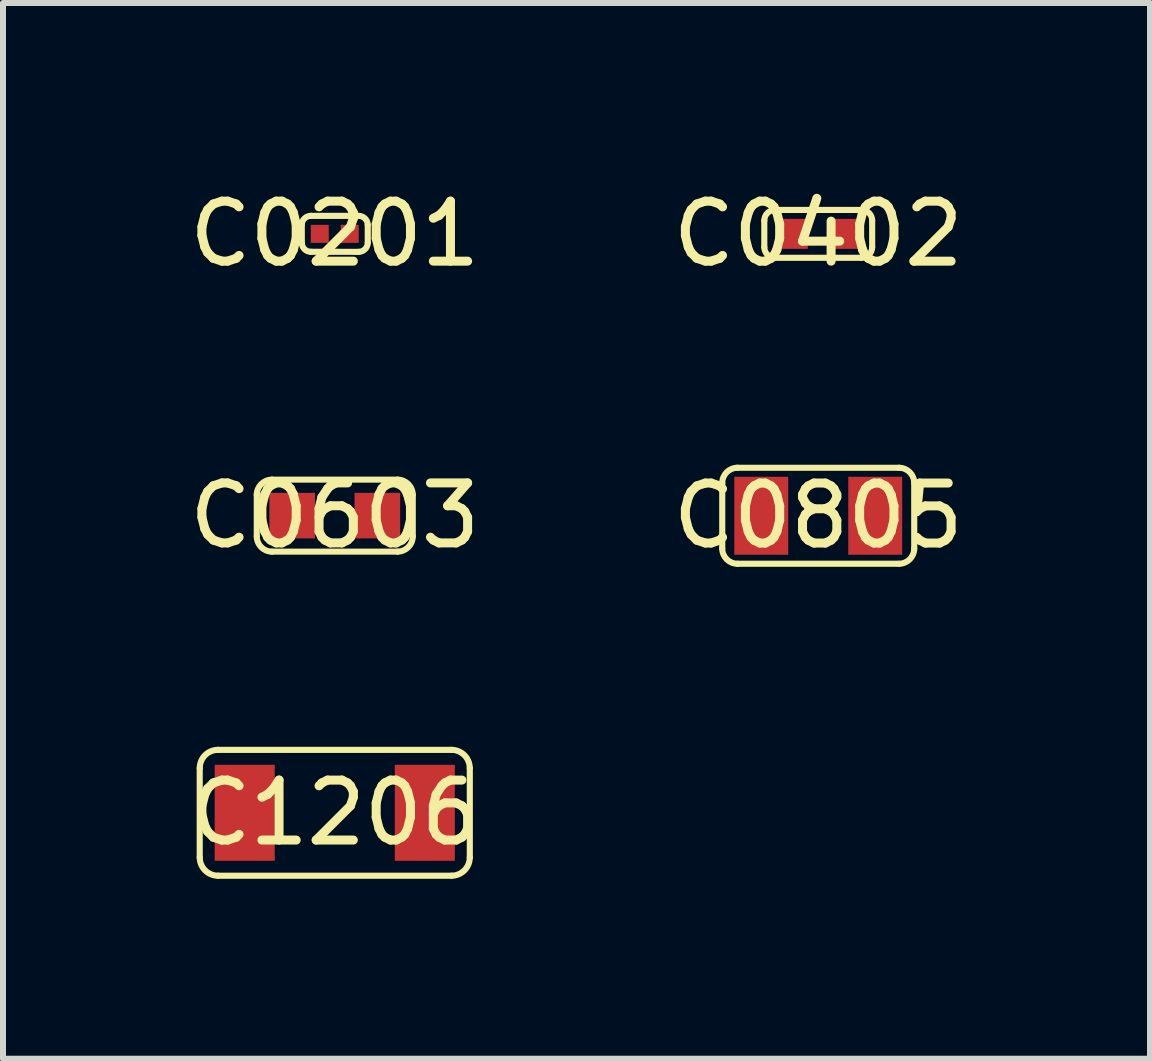
<source format=kicad_pcb>
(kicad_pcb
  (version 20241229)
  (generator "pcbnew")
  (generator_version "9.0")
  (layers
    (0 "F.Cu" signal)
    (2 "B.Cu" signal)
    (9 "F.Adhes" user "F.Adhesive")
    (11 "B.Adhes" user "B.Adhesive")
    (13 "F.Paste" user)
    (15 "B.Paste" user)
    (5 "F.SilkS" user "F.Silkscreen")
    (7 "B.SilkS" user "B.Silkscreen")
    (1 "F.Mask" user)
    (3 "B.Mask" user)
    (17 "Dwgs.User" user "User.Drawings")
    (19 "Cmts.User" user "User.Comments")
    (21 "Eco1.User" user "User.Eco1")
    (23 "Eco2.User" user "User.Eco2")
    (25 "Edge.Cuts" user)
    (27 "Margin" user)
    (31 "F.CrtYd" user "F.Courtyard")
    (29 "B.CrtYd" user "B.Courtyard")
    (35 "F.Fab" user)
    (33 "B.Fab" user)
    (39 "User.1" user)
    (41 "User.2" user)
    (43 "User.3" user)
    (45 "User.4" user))
  (footprint "C1206"
    (layer "F.Cu")
    (at 2.53 10.498)
    (property "Reference" "C1206" (at 0 0 0) (layer "F.SilkS") (effects (font (size 1 1) (thickness 0.15))))
    (fp_line (start -2.251 0.744) (end -2.251 -0.744) (stroke (width 0.102) (type default)) (layer "F.SilkS"))
    (fp_line (start -1.946 -1.049) (end 1.946 -1.049) (stroke (width 0.102) (type default)) (layer "F.SilkS"))
    (fp_line (start -1.946 1.049) (end 1.946 1.049) (stroke (width 0.102) (type default)) (layer "F.SilkS"))
    (fp_line (start 2.251 0.744) (end 2.251 -0.744) (stroke (width 0.102) (type default)) (layer "F.SilkS"))
    (fp_arc (start -2.2505 -0.744) (mid -2.161314 -0.959814) (end -1.9455 -1.049) (stroke (width 0.1015) (type default)) (layer "F.SilkS"))
    (fp_arc (start -1.9455 1.049) (mid -2.161314 0.959814) (end -2.2505 0.744) (stroke (width 0.1015) (type default)) (layer "F.SilkS"))
    (fp_arc (start 1.9455 -1.049) (mid 2.161314 -0.959814) (end 2.2505 -0.744) (stroke (width 0.1015) (type default)) (layer "F.SilkS"))
    (fp_arc (start 2.2505 0.744) (mid 2.161314 0.959814) (end 1.9455 1.049) (stroke (width 0.1015) (type default)) (layer "F.SilkS"))
    (fp_poly (pts (xy -2.002 0.8) (xy -2.002 -0.8) (xy -1.341 -0.8) (xy -1.001 -0.264) (xy -1.001 0.264) (xy -1.341 0.8)) (stroke (width 0) (type default)) (fill yes) (layer "F.Paste"))
    (fp_poly (pts (xy 2.002 -0.8) (xy 2.002 0.8) (xy 1.341 0.8) (xy 1.001 0.264) (xy 1.001 -0.264) (xy 1.341 -0.8)) (stroke (width 0) (type default)) (fill yes) (layer "F.Paste"))
    (fp_line (start -2.251 -1.049) (end 2.251 -1.049) (stroke (width 0.025) (type default)) (layer "User.1"))
    (fp_line (start -2.251 1.049) (end -2.251 -1.049) (stroke (width 0.025) (type default)) (layer "User.1"))
    (fp_line (start -2.251 1.049) (end 2.251 1.049) (stroke (width 0.025) (type default)) (layer "User.1"))
    (fp_line (start 2.251 1.049) (end 2.251 -1.049) (stroke (width 0.025) (type default)) (layer "User.1"))
    (fp_poly (pts (xy -2.251 1.049) (xy -2.251 -1.049) (xy 2.251 -1.049) (xy 2.251 1.049)) (stroke (width 0.1) (type default)) (fill no) (layer "User.1"))
    (fp_poly (pts (xy -2.251 1.049) (xy -2.251 -1.049) (xy 2.251 -1.049) (xy 2.251 1.049)) (stroke (width 0.1) (type default)) (fill no) (layer "User.1"))
    (pad "1" smd rect (at -1.501 0) (size 1.001 1.6) (layers "F.Cu" "F.Mask" "F.Paste"))
    (pad "2" smd rect (at 1.501 0) (size 1.001 1.6) (layers "F.Cu" "F.Mask" "F.Paste")))
  (footprint "C0603"
    (layer "F.Cu")
    (at 2.53 5.545)
    (property "Reference" "C0603" (at 0 0 0) (layer "F.SilkS") (effects (font (size 1 1) (thickness 0.15))))
    (fp_line (start -1.3 -0.346) (end -1.3 0.346) (stroke (width 0.102) (type default)) (layer "F.SilkS"))
    (fp_line (start 1.046 -0.6) (end -1.046 -0.6) (stroke (width 0.102) (type default)) (layer "F.SilkS"))
    (fp_line (start 1.046 0.6) (end -1.046 0.6) (stroke (width 0.102) (type default)) (layer "F.SilkS"))
    (fp_line (start 1.3 -0.346) (end 1.3 0.346) (stroke (width 0.102) (type default)) (layer "F.SilkS"))
    (fp_arc (start -1.3 -0.346) (mid -1.225605 -0.525605) (end -1.046 -0.6) (stroke (width 0.1015) (type default)) (layer "F.SilkS"))
    (fp_arc (start -1.046 0.6) (mid -1.225605 0.525605) (end -1.3 0.346) (stroke (width 0.1015) (type default)) (layer "F.SilkS"))
    (fp_arc (start 1.046 -0.6) (mid 1.225605 -0.525605) (end 1.3 -0.346) (stroke (width 0.1015) (type default)) (layer "F.SilkS"))
    (fp_arc (start 1.3 0.346) (mid 1.225605 0.525605) (end 1.046 0.6) (stroke (width 0.1015) (type default)) (layer "F.SilkS"))
    (fp_line (start -1.3 -0.6) (end -1.3 0.6) (stroke (width 0.025) (type default)) (layer "User.1"))
    (fp_line (start -1.3 -0.346) (end -1.3 0.346) (stroke (width 0.102) (type default)) (layer "User.1"))
    (fp_line (start 1.046 -0.6) (end -1.046 -0.6) (stroke (width 0.102) (type default)) (layer "User.1"))
    (fp_line (start 1.046 0.6) (end -1.046 0.6) (stroke (width 0.102) (type default)) (layer "User.1"))
    (fp_line (start 1.3 -0.6) (end -1.3 -0.6) (stroke (width 0.025) (type default)) (layer "User.1"))
    (fp_line (start 1.3 -0.6) (end 1.3 0.6) (stroke (width 0.025) (type default)) (layer "User.1"))
    (fp_line (start 1.3 -0.346) (end 1.3 0.346) (stroke (width 0.102) (type default)) (layer "User.1"))
    (fp_line (start 1.3 0.6) (end -1.3 0.6) (stroke (width 0.025) (type default)) (layer "User.1"))
    (fp_arc (start -1.3 -0.346) (mid -1.225605 -0.525605) (end -1.046 -0.6) (stroke (width 0.1015) (type default)) (layer "User.1"))
    (fp_arc (start -1.046 0.6) (mid -1.225605 0.525605) (end -1.3 0.346) (stroke (width 0.1015) (type default)) (layer "User.1"))
    (fp_arc (start 1.046 -0.6) (mid 1.225605 -0.525605) (end 1.3 -0.346) (stroke (width 0.1015) (type default)) (layer "User.1"))
    (fp_arc (start 1.3 0.346) (mid 1.225605 0.525605) (end 1.046 0.6) (stroke (width 0.1015) (type default)) (layer "User.1"))
    (fp_poly (pts (xy -1.3 0.6) (xy -1.3 -0.6) (xy 1.3 -0.6) (xy 1.3 0.6)) (stroke (width 0.1) (type default)) (fill no) (layer "User.1"))
    (fp_poly (pts (xy -1.3 0.6) (xy -1.3 -0.6) (xy 1.3 -0.6) (xy 1.3 0.6)) (stroke (width 0.1) (type default)) (fill no) (layer "User.1"))
    (pad "1" smd rect (at -0.71 0 180) (size 0.76 0.76) (layers "F.Cu" "F.Mask" "F.Paste"))
    (pad "2" smd rect (at 0.71 0 180) (size 0.76 0.76) (layers "F.Cu" "F.Mask" "F.Paste")))
  (footprint "C0402"
    (layer "F.Cu")
    (at 10.589 0.848)
    (property "Reference" "C0402" (at 0 0 0) (layer "F.SilkS") (effects (font (size 1 1) (thickness 0.15))))
    (fp_line (start -0.899 0.221) (end -0.899 -0.221) (stroke (width 0.102) (type default)) (layer "F.SilkS"))
    (fp_line (start -0.722 -0.399) (end 0.722 -0.399) (stroke (width 0.102) (type default)) (layer "F.SilkS"))
    (fp_line (start -0.722 0.399) (end 0.722 0.399) (stroke (width 0.102) (type default)) (layer "F.SilkS"))
    (fp_line (start 0.899 0.221) (end 0.899 -0.221) (stroke (width 0.102) (type default)) (layer "F.SilkS"))
    (fp_arc (start -0.899 -0.221) (mid -0.847159 -0.346658) (end -0.7215 -0.399) (stroke (width 0.1015) (type default)) (layer "F.SilkS"))
    (fp_arc (start -0.7215 0.399) (mid -0.847512 0.347011) (end -0.899 0.221) (stroke (width 0.1015) (type default)) (layer "F.SilkS"))
    (fp_arc (start 0.7215 -0.399) (mid 0.847512 -0.347011) (end 0.899 -0.221) (stroke (width 0.1015) (type default)) (layer "F.SilkS"))
    (fp_arc (start 0.899 0.221) (mid 0.847159 0.346658) (end 0.7215 0.399) (stroke (width 0.1015) (type default)) (layer "F.SilkS"))
    (fp_line (start -0.899 -0.399) (end 0.899 -0.399) (stroke (width 0.025) (type default)) (layer "User.1"))
    (fp_line (start -0.899 0.399) (end -0.899 -0.399) (stroke (width 0.025) (type default)) (layer "User.1"))
    (fp_line (start -0.899 0.399) (end 0.899 0.399) (stroke (width 0.025) (type default)) (layer "User.1"))
    (fp_line (start 0.899 0.399) (end 0.899 -0.399) (stroke (width 0.025) (type default)) (layer "User.1"))
    (fp_poly (pts (xy -0.899 0.399) (xy 0.899 0.399) (xy 0.899 -0.399) (xy -0.899 -0.399)) (stroke (width 0.1) (type default)) (fill no) (layer "User.1"))
    (fp_poly (pts (xy -0.899 0.399) (xy 0.899 0.399) (xy 0.899 -0.399) (xy -0.899 -0.399)) (stroke (width 0.1) (type default)) (fill no) (layer "User.1"))
    (pad "1" smd rect (at -0.424 0 90) (size 0.5 0.5) (layers "F.Cu" "F.Mask" "F.Paste"))
    (pad "2" smd rect (at 0.424 0 90) (size 0.5 0.5) (layers "F.Cu" "F.Mask" "F.Paste")))
  (footprint "C0805"
    (layer "F.Cu")
    (at 10.589 5.547)
    (property "Reference" "C0805" (at 0 0 0) (layer "F.SilkS") (effects (font (size 1 1) (thickness 0.15))))
    (fp_line (start -1.6 0.546) (end -1.6 -0.546) (stroke (width 0.102) (type default)) (layer "F.SilkS"))
    (fp_line (start -1.346 -0.8) (end 1.346 -0.8) (stroke (width 0.102) (type default)) (layer "F.SilkS"))
    (fp_line (start -1.346 0.8) (end 1.346 0.8) (stroke (width 0.102) (type default)) (layer "F.SilkS"))
    (fp_line (start 1.6 0.546) (end 1.6 -0.546) (stroke (width 0.102) (type default)) (layer "F.SilkS"))
    (fp_arc (start -1.6 -0.546) (mid -1.525605 -0.725605) (end -1.346 -0.8) (stroke (width 0.1015) (type default)) (layer "F.SilkS"))
    (fp_arc (start -1.346 0.8) (mid -1.525605 0.725605) (end -1.6 0.546) (stroke (width 0.1015) (type default)) (layer "F.SilkS"))
    (fp_arc (start 1.346 -0.8) (mid 1.525605 -0.725605) (end 1.6 -0.546) (stroke (width 0.1015) (type default)) (layer "F.SilkS"))
    (fp_arc (start 1.6 0.546) (mid 1.525605 0.725605) (end 1.346 0.8) (stroke (width 0.1015) (type default)) (layer "F.SilkS"))
    (fp_poly (pts (xy -1.399 0.65) (xy -1.399 -0.65) (xy -0.8 -0.65) (xy -0.5 -0.35) (xy -0.5 0.35) (xy -0.8 0.65)) (stroke (width 0) (type default)) (fill yes) (layer "F.Paste"))
    (fp_poly (pts (xy 1.399 -0.65) (xy 1.399 0.65) (xy 0.8 0.65) (xy 0.5 0.35) (xy 0.5 -0.35) (xy 0.8 -0.65)) (stroke (width 0) (type default)) (fill yes) (layer "F.Paste"))
    (fp_line (start -1.6 -0.8) (end 1.6 -0.8) (stroke (width 0.025) (type default)) (layer "User.1"))
    (fp_line (start -1.6 0.8) (end -1.6 -0.8) (stroke (width 0.025) (type default)) (layer "User.1"))
    (fp_line (start -1.6 0.8) (end 1.6 0.8) (stroke (width 0.025) (type default)) (layer "User.1"))
    (fp_line (start 1.6 0.8) (end 1.6 -0.8) (stroke (width 0.025) (type default)) (layer "User.1"))
    (fp_poly (pts (xy -1.6 0.8) (xy -1.6 -0.8) (xy 1.6 -0.8) (xy 1.6 0.8)) (stroke (width 0.1) (type default)) (fill no) (layer "User.1"))
    (fp_poly (pts (xy -1.6 0.8) (xy -1.6 -0.8) (xy 1.6 -0.8) (xy 1.6 0.8)) (stroke (width 0.1) (type default)) (fill no) (layer "User.1"))
    (pad "1" smd rect (at -0.95 0) (size 0.899 1.3) (layers "F.Cu" "F.Mask" "F.Paste"))
    (pad "2" smd rect (at 0.95 0) (size 0.899 1.3) (layers "F.Cu" "F.Mask" "F.Paste")))
  (footprint "C0201"
    (layer "F.Cu")
    (at 2.53 0.848)
    (property "Reference" "C0201" (at 0 0 0) (layer "F.SilkS") (effects (font (size 1 1) (thickness 0.15))))
    (fp_line (start -0.549 0.147) (end -0.55 -0.147) (stroke (width 0.102) (type default)) (layer "F.SilkS"))
    (fp_line (start -0.398 -0.3) (end 0.398 -0.3) (stroke (width 0.102) (type default)) (layer "F.SilkS"))
    (fp_line (start 0.398 0.3) (end -0.398 0.299) (stroke (width 0.102) (type default)) (layer "F.SilkS"))
    (fp_line (start 0.55 0.147) (end 0.55 -0.147) (stroke (width 0.102) (type default)) (layer "F.SilkS"))
    (fp_arc (start -0.55 -0.1475) (mid -0.505511 -0.255657) (end -0.3975 -0.3) (stroke (width 0.1015) (type default)) (layer "F.SilkS"))
    (fp_arc (start -0.3975 0.2995) (mid -0.50498 0.25498) (end -0.5495 0.1475) (stroke (width 0.1015) (type default)) (layer "F.SilkS"))
    (fp_arc (start 0.3975 -0.3) (mid 0.505156 -0.255304) (end 0.55 -0.1475) (stroke (width 0.1015) (type default)) (layer "F.SilkS"))
    (fp_arc (start 0.55 0.1475) (mid 0.50551 0.255157) (end 0.398 0.3) (stroke (width 0.1015) (type default)) (layer "F.SilkS"))
    (fp_line (start -0.55 0.3) (end -0.549 -0.3) (stroke (width 0.025) (type default)) (layer "User.1"))
    (fp_line (start -0.55 0.3) (end 0.55 0.3) (stroke (width 0.025) (type default)) (layer "User.1"))
    (fp_line (start 0.55 -0.3) (end -0.549 -0.3) (stroke (width 0.025) (type default)) (layer "User.1"))
    (fp_line (start 0.55 0.3) (end 0.55 -0.3) (stroke (width 0.025) (type default)) (layer "User.1"))
    (fp_poly (pts (xy -0.55 0.3) (xy 0.55 0.3) (xy 0.55 -0.3) (xy -0.549 -0.3)) (stroke (width 0.1) (type default)) (fill no) (layer "User.1"))
    (fp_poly (pts (xy -0.55 0.3) (xy 0.55 0.3) (xy 0.55 -0.3) (xy -0.549 -0.3)) (stroke (width 0.1) (type default)) (fill no) (layer "User.1"))
    (pad "1" smd rect (at -0.25 0 90) (size 0.3 0.3) (layers "F.Cu" "F.Mask" "F.Paste"))
    (pad "2" smd rect (at 0.25 0 90) (size 0.3 0.3) (layers "F.Cu" "F.Mask" "F.Paste")))
  (gr_rect
    (start -3 -3)
    (end 16.119 14.598)
    (stroke (width 0.1) (type default))
    (fill no)
    (layer "Edge.Cuts")))
</source>
